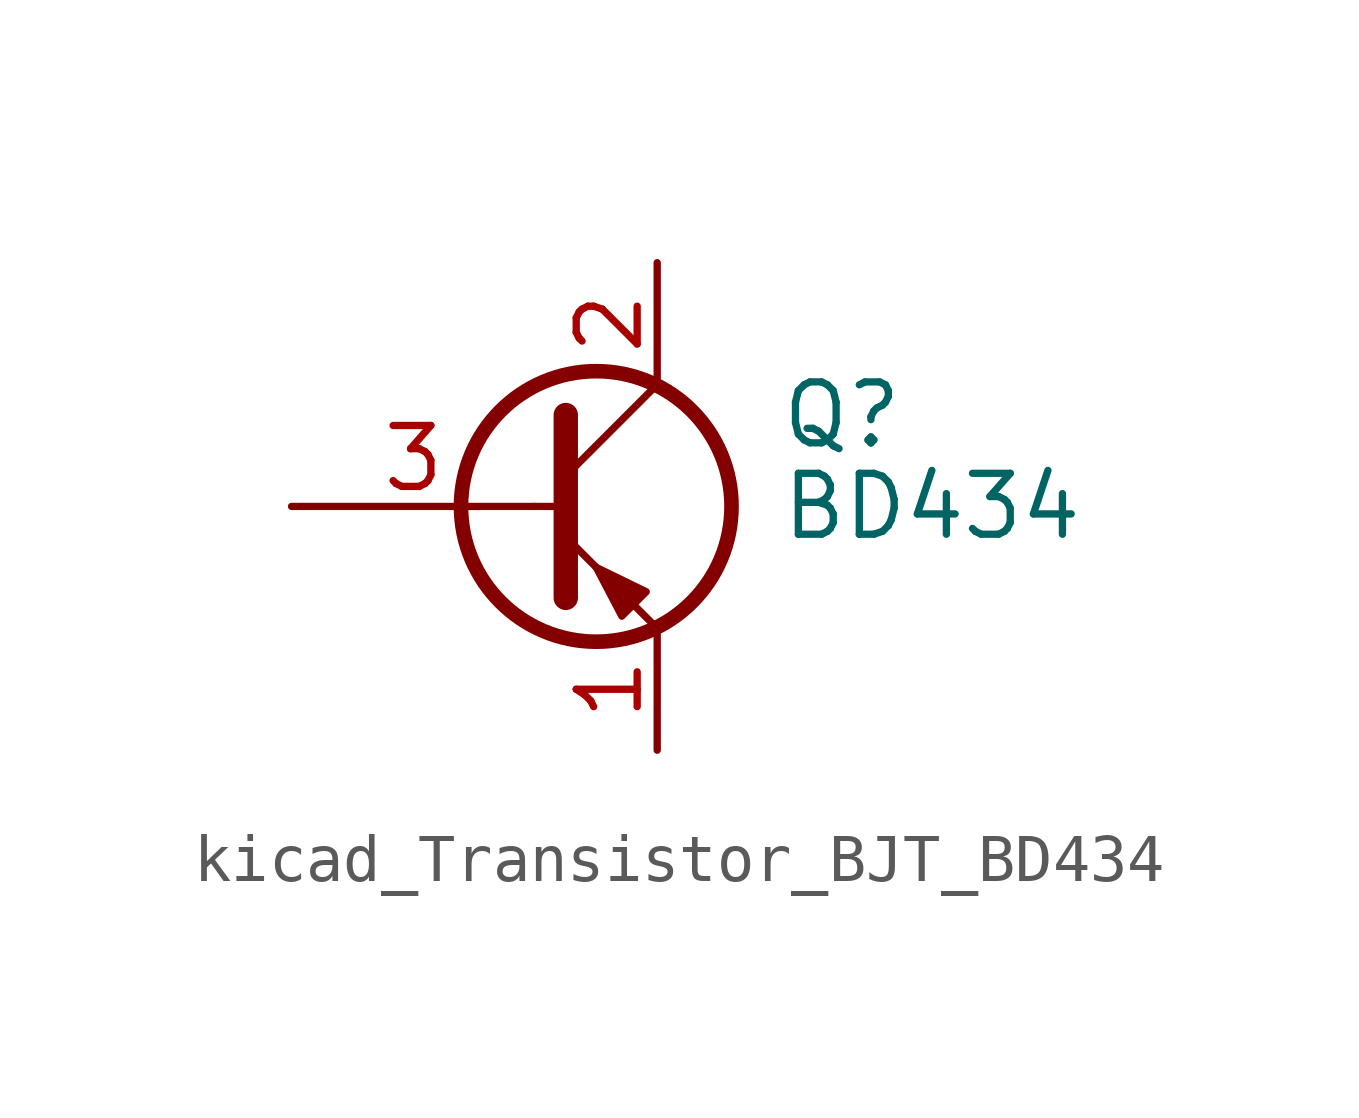
<source format=kicad_sym>
(kicad_symbol_lib
  (version 20220914)
  (generator kicad_symbol_editor)
  (symbol "kicad_Transistor_BJT_BD434"
    (pin_names
      (offset 0) hide)
    (property "Reference" "Q"
      (at 5.08 1.905 0)
      (effects (font (size 1.27 1.27)) (justify left)))
    (property "Value" "BD434"
      (at 5.08 0 0)
      (effects (font (size 1.27 1.27)) (justify left)))
    (symbol "kicad_Transistor_BJT_BD434_0_1"
      (polyline (pts (xy 0 0) (xy 0.635 0)) (stroke (width 0) (type default)) (fill (type none)))
      (polyline (pts (xy 2.54 -2.54) (xy 0.635 -0.635)) (stroke (width 0) (type default)) (fill (type none)))
      (polyline (pts (xy 2.54 2.54) (xy 0.635 0.635)) (stroke (width 0) (type default)) (fill (type none)))
      (polyline (pts (xy 0.635 1.905) (xy 0.635 -1.905) (xy 0.635 -1.905)) (stroke (width 0.508) (type default)) (fill (type outline)))
      (polyline (pts (xy 2.311 -1.778) (xy 1.803 -2.286) (xy 1.27 -1.27) (xy 2.311 -1.778) (xy 2.311 -1.778)) (stroke (width 0) (type default)) (fill (type outline)))
      (circle (center 1.27 0) (radius 2.819) (stroke (width 0.305) (type default)) (fill (type none))))
    (symbol "kicad_Transistor_BJT_BD434_1_1"
      (pin passive line (at 2.54 -5.08 90) (length 2.54) (name "E" (effects (font (size 1.27 1.27)))) (number "1" (effects (font (size 1.27 1.27)))))
      (pin passive line (at 2.54 5.08 270) (length 2.54) (name "C" (effects (font (size 1.27 1.27)))) (number "2" (effects (font (size 1.27 1.27)))))
      (pin input line (at -5.08 0 0) (length 5.08) (name "B" (effects (font (size 1.27 1.27)))) (number "3" (effects (font (size 1.27 1.27))))))))
</source>
